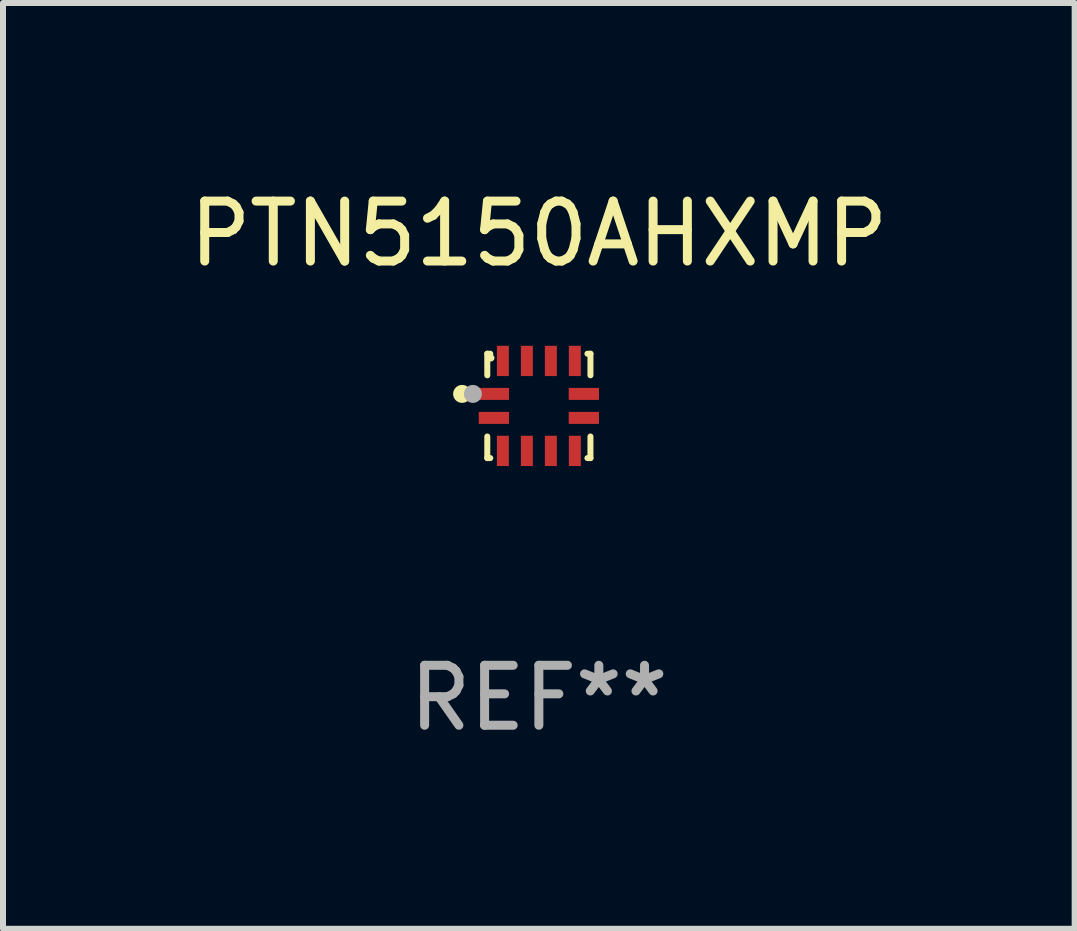
<source format=kicad_pcb>
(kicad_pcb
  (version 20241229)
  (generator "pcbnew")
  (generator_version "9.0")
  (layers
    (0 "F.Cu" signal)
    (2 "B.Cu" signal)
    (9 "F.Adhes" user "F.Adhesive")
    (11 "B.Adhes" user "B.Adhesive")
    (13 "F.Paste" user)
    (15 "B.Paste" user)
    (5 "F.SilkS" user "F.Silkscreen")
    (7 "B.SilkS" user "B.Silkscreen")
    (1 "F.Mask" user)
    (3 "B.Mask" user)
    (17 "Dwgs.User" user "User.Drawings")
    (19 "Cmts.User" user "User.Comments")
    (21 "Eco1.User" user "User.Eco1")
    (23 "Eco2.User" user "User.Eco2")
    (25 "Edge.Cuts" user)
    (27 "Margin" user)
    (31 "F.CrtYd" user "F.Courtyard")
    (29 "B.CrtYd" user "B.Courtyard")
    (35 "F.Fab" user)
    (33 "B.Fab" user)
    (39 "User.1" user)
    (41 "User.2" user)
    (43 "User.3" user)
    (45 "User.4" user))
  (footprint "PTN5150AHXMP"
    (layer "F.Cu")
    (at 5.935 3.718)
    (property "Reference" "PTN5150AHXMP" (at 0 -2.87 0) (layer "F.SilkS") (effects (font (size 1 1) (thickness 0.15))))
    (attr through_hole)
    (fp_line (start -0.86 0.87) (end -0.86 0.51) (stroke (width 0.1) (type solid)) (layer "F.SilkS"))
    (fp_line (start -0.86 0.87) (end -0.81 0.87) (stroke (width 0.1) (type solid)) (layer "F.SilkS"))
    (fp_line (start -0.86 -0.87) (end -0.86 -0.51) (stroke (width 0.1) (type solid)) (layer "F.SilkS"))
    (fp_line (start -0.86 -0.87) (end -0.81 -0.87) (stroke (width 0.1) (type solid)) (layer "F.SilkS"))
    (fp_line (start 0.86 -0.87) (end 0.81 -0.87) (stroke (width 0.1) (type solid)) (layer "F.SilkS"))
    (fp_line (start 0.86 -0.87) (end 0.86 -0.51) (stroke (width 0.1) (type solid)) (layer "F.SilkS"))
    (fp_line (start 0.86 0.87) (end 0.86 0.51) (stroke (width 0.1) (type solid)) (layer "F.SilkS"))
    (fp_line (start 0.86 0.87) (end 0.81 0.87) (stroke (width 0.1) (type solid)) (layer "F.SilkS"))
    (fp_circle (center -1.28 -0.2) (end -1.205 -0.2) (stroke (width 0.15) (type solid)) (fill no) (layer "F.SilkS"))
    (fp_circle (center -0.8 -0.8) (end -0.77 -0.8) (stroke (width 0.06) (type solid)) (fill no) (layer "F.SilkS"))
    (fp_circle (center -1.1 -0.2) (end -1.025 -0.2) (stroke (width 0.15) (type solid)) (fill no) (layer "F.Fab"))
    (fp_text user "REF**" (at 0 4.87 0) (layer "F.Fab") (effects (font (size 1 1) (thickness 0.15))))
    (pad "1" smd rect (at -0.75 -0.2 270) (size 0.2 0.505) (layers "F.Cu" "F.Mask" "F.Paste"))
    (pad "2" smd rect (at -0.75 0.2 270) (size 0.2 0.505) (layers "F.Cu" "F.Mask" "F.Paste"))
    (pad "3" smd rect (at -0.6 0.75 270) (size 0.505 0.2) (layers "F.Cu" "F.Mask" "F.Paste"))
    (pad "4" smd rect (at -0.2 0.75 270) (size 0.505 0.2) (layers "F.Cu" "F.Mask" "F.Paste"))
    (pad "5" smd rect (at 0.2 0.75 270) (size 0.505 0.2) (layers "F.Cu" "F.Mask" "F.Paste"))
    (pad "6" smd rect (at 0.6 0.75 270) (size 0.505 0.2) (layers "F.Cu" "F.Mask" "F.Paste"))
    (pad "7" smd rect (at 0.75 0.2 270) (size 0.2 0.505) (layers "F.Cu" "F.Mask" "F.Paste"))
    (pad "8" smd rect (at 0.75 -0.2 270) (size 0.2 0.505) (layers "F.Cu" "F.Mask" "F.Paste"))
    (pad "9" smd rect (at 0.6 -0.75 270) (size 0.505 0.2) (layers "F.Cu" "F.Mask" "F.Paste"))
    (pad "10" smd rect (at 0.2 -0.75 270) (size 0.505 0.2) (layers "F.Cu" "F.Mask" "F.Paste"))
    (pad "11" smd rect (at -0.2 -0.75 270) (size 0.505 0.2) (layers "F.Cu" "F.Mask" "F.Paste"))
    (pad "12" smd rect (at -0.6 -0.75 270) (size 0.505 0.2) (layers "F.Cu" "F.Mask" "F.Paste")))
  (gr_rect
    (start -3 -3)
    (end 14.869 12.437)
    (stroke (width 0.1) (type default))
    (fill no)
    (layer "Edge.Cuts")))
</source>
